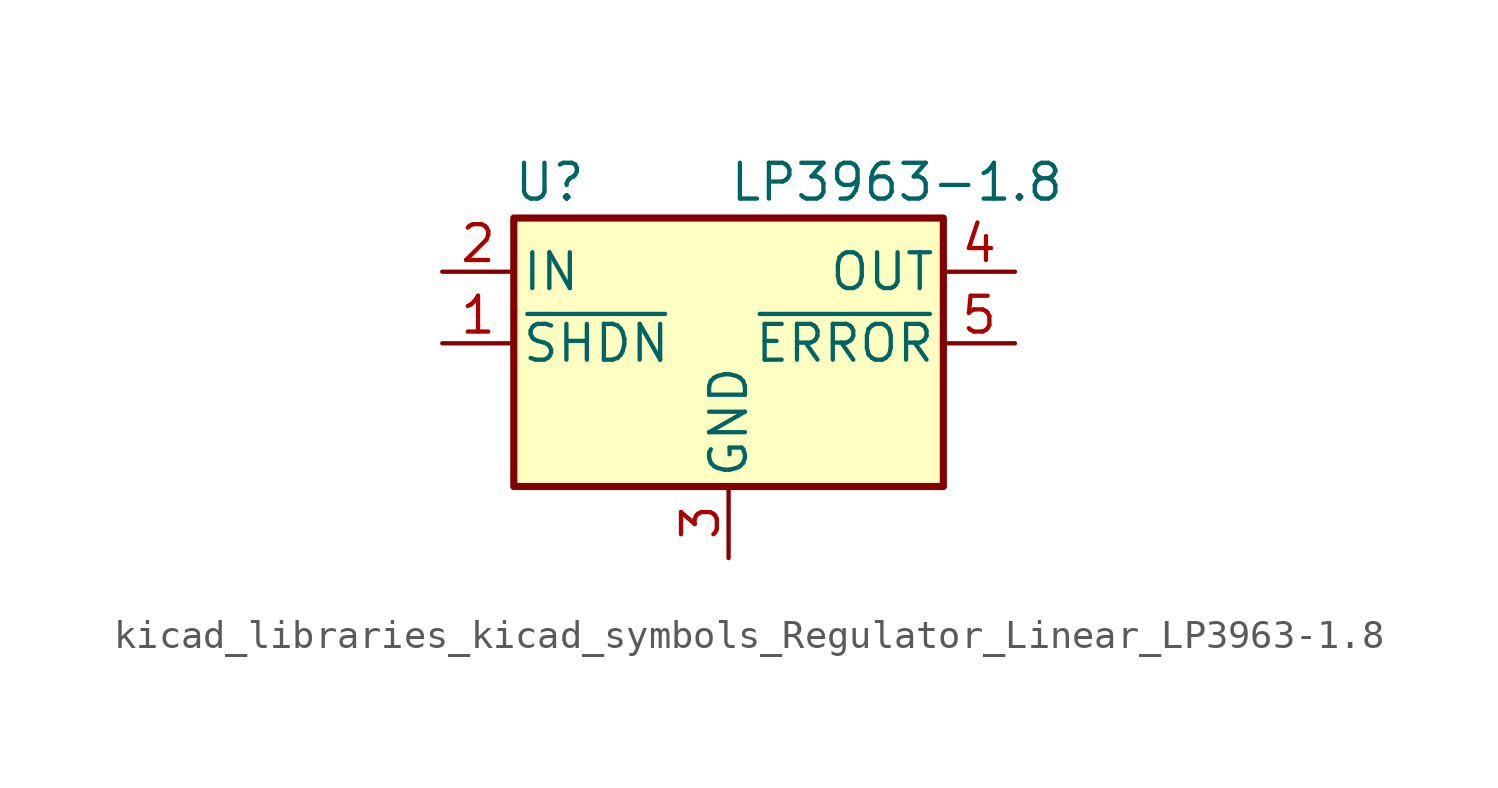
<source format=kicad_sym>
(kicad_symbol_lib
  (version 20220914)
  (generator kicad_symbol_editor)
  (symbol "kicad_libraries_kicad_symbols_Regulator_Linear_LP3963-1.8"
    (pin_names
      (offset 0.254))
    (property "Reference" "U"
      (at -6.35 5.715 0)
      (effects (font (size 1.27 1.27))))
    (property "Value" "LP3963-1.8"
      (at 0 5.715 0)
      (effects (font (size 1.27 1.27)) (justify left)))
    (symbol "kicad_libraries_kicad_symbols_Regulator_Linear_LP3963-1.8_0_1"
      (rectangle (start -7.62 -5.08) (end 7.62 4.445) (stroke (width 0.254) (type default)) (fill (type background))))
    (symbol "kicad_libraries_kicad_symbols_Regulator_Linear_LP3963-1.8_1_1"
      (pin input line (at -10.16 0 0) (length 2.54) (name "~{SHDN}" (effects (font (size 1.27 1.27)))) (number "1" (effects (font (size 1.27 1.27)))))
      (pin power_in line (at -10.16 2.54 0) (length 2.54) (name "IN" (effects (font (size 1.27 1.27)))) (number "2" (effects (font (size 1.27 1.27)))))
      (pin power_in line (at 0 -7.62 90) (length 2.54) (name "GND" (effects (font (size 1.27 1.27)))) (number "3" (effects (font (size 1.27 1.27)))))
      (pin power_out line (at 10.16 2.54 180) (length 2.54) (name "OUT" (effects (font (size 1.27 1.27)))) (number "4" (effects (font (size 1.27 1.27)))))
      (pin output line (at 10.16 0 180) (length 2.54) (name "~{ERROR}" (effects (font (size 1.27 1.27)))) (number "5" (effects (font (size 1.27 1.27))))))))
</source>
